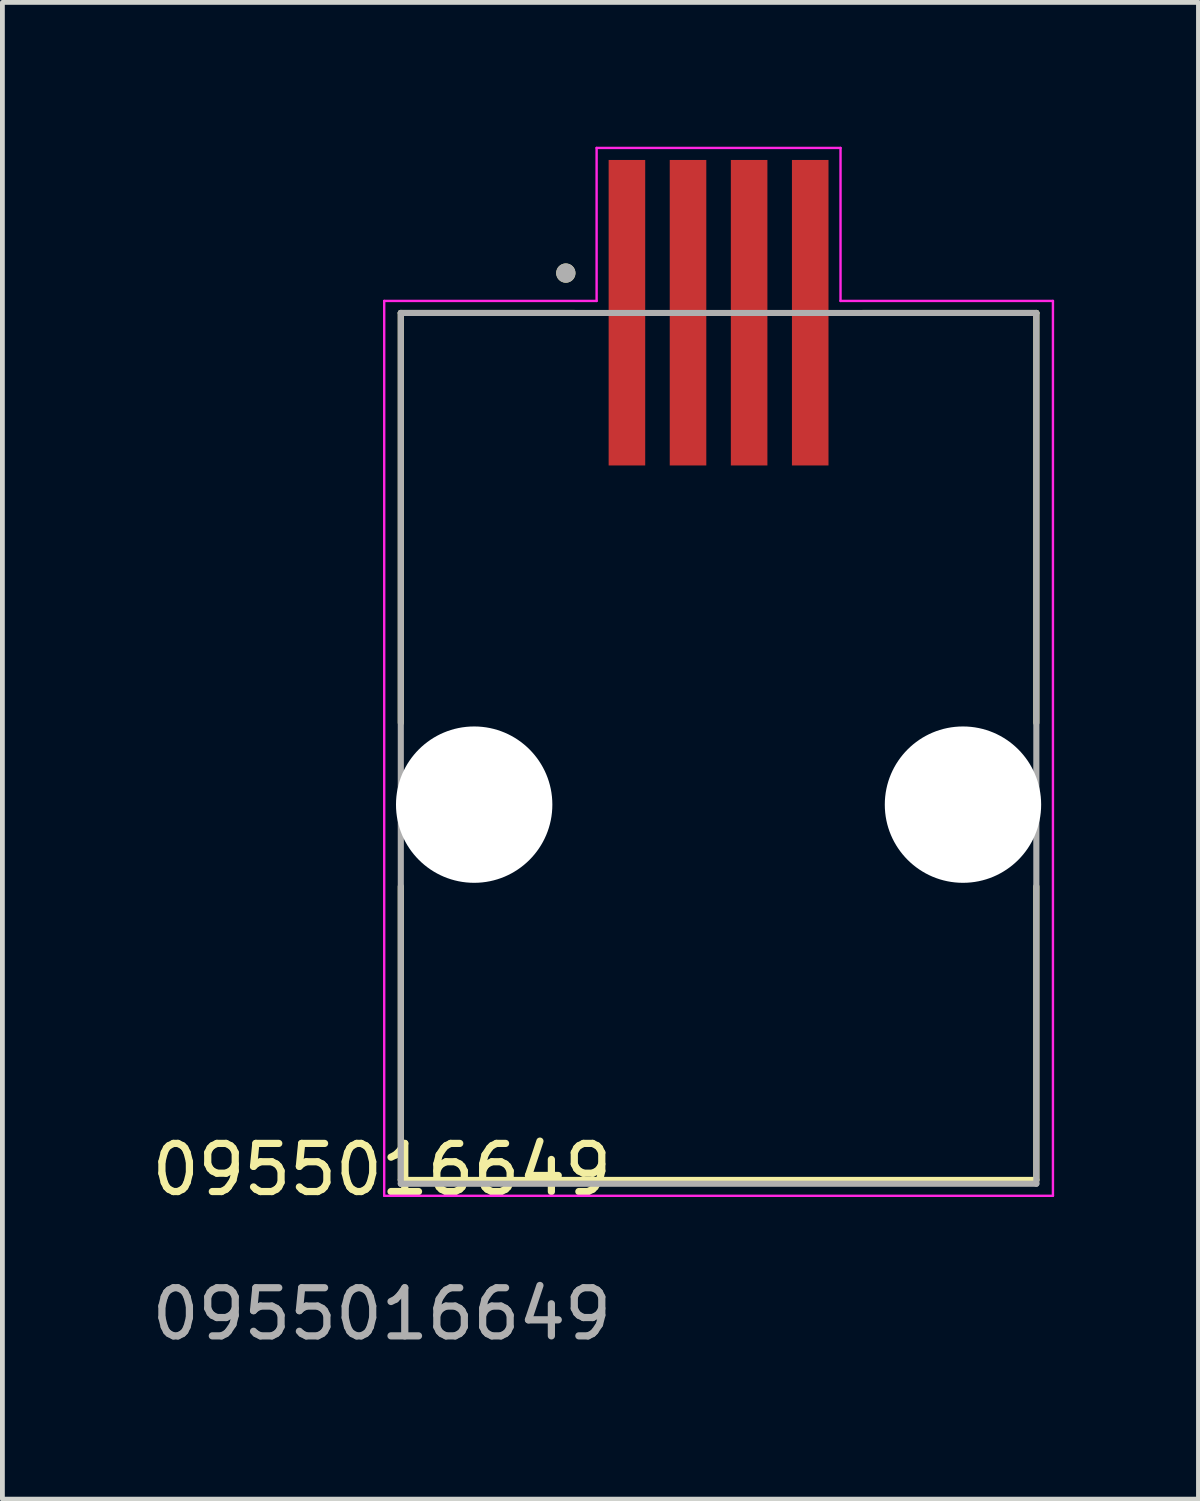
<source format=kicad_pcb>
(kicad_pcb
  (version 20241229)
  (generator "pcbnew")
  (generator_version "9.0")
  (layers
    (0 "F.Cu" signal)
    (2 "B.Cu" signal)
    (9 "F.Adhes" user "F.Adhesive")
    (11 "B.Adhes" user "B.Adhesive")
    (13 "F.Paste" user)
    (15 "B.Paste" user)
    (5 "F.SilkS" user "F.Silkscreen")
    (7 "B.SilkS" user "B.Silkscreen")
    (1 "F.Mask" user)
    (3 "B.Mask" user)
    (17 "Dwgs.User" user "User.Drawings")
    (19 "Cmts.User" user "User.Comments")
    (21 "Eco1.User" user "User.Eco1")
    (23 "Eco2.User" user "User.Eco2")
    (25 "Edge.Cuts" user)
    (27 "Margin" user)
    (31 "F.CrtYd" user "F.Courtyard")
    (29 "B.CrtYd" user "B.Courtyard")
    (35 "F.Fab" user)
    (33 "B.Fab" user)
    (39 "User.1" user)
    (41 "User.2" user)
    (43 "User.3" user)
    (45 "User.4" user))
  (footprint "0955016649"
    (layer "F.Cu")
    (at 4.887 21.762)
    (property "Reference" "0955016649" (at 0 -0.5 0) (unlocked yes) (layer "F.SilkS") (effects (font (size 1 1) (thickness 0.15))))
    (attr smd)
    (fp_line (start 0.394 -18.307) (end 0.394 -9.787) (stroke (width 0.127) (type solid)) (layer "F.SilkS"))
    (fp_line (start 0.394 -18.307) (end 3.999 -18.307) (stroke (width 0.127) (type solid)) (layer "F.SilkS"))
    (fp_line (start 0.394 -6.387) (end 0.394 -0.287) (stroke (width 0.127) (type solid)) (layer "F.SilkS"))
    (fp_line (start 9.999 -18.307) (end 13.604 -18.307) (stroke (width 0.127) (type solid)) (layer "F.SilkS"))
    (fp_line (start 13.604 -18.307) (end 13.604 -9.787) (stroke (width 0.127) (type solid)) (layer "F.SilkS"))
    (fp_line (start 13.604 -0.287) (end 0.394 -0.287) (stroke (width 0.127) (type solid)) (layer "F.SilkS"))
    (fp_line (start 13.604 -0.287) (end 13.604 -6.387) (stroke (width 0.127) (type solid)) (layer "F.SilkS"))
    (fp_circle (center 3.824 -19.136) (end 3.924 -19.136) (stroke (width 0.2) (type solid)) (fill no) (layer "F.SilkS"))
    (fp_line (start 0.049 -18.557) (end 4.464 -18.557) (stroke (width 0.05) (type solid)) (layer "F.CrtYd"))
    (fp_line (start 0.049 0.043) (end 0.049 -18.557) (stroke (width 0.05) (type solid)) (layer "F.CrtYd"))
    (fp_line (start 0.049 0.043) (end 13.949 0.043) (stroke (width 0.05) (type solid)) (layer "F.CrtYd"))
    (fp_line (start 4.464 -21.737) (end 9.534 -21.737) (stroke (width 0.05) (type solid)) (layer "F.CrtYd"))
    (fp_line (start 4.464 -18.557) (end 4.464 -21.737) (stroke (width 0.05) (type solid)) (layer "F.CrtYd"))
    (fp_line (start 9.534 -21.737) (end 9.534 -18.557) (stroke (width 0.05) (type solid)) (layer "F.CrtYd"))
    (fp_line (start 13.949 -18.557) (end 9.534 -18.557) (stroke (width 0.05) (type solid)) (layer "F.CrtYd"))
    (fp_line (start 13.949 0.043) (end 13.949 -18.557) (stroke (width 0.05) (type solid)) (layer "F.CrtYd"))
    (fp_line (start 0.394 -18.307) (end 13.604 -18.307) (stroke (width 0.127) (type solid)) (layer "F.Fab"))
    (fp_line (start 0.394 -0.207) (end 0.394 -18.307) (stroke (width 0.127) (type solid)) (layer "F.Fab"))
    (fp_line (start 13.604 -18.307) (end 13.604 -0.207) (stroke (width 0.127) (type solid)) (layer "F.Fab"))
    (fp_line (start 13.604 -0.207) (end 0.394 -0.207) (stroke (width 0.127) (type solid)) (layer "F.Fab"))
    (fp_circle (center 3.824 -19.136) (end 3.924 -19.136) (stroke (width 0.2) (type solid)) (fill no) (layer "F.Fab"))
    (fp_text user "${REFERENCE}" (at 0 2.5 0) (unlocked yes) (layer "F.Fab") (effects (font (size 1 1) (thickness 0.15))))
    (pad "" np_thru_hole circle (at 1.919 -8.087) (size 3.25 3.25) (drill 3.25) (layers "*.Cu" "*.Mask"))
    (pad "" np_thru_hole circle (at 12.079 -8.087) (size 3.25 3.25) (drill 3.25) (layers "*.Cu" "*.Mask"))
    (pad "1" smd rect (at 5.094 -18.312) (size 0.76 6.35) (layers "F.Cu" "F.Mask" "F.Paste"))
    (pad "2" smd rect (at 6.364 -18.312) (size 0.76 6.35) (layers "F.Cu" "F.Mask" "F.Paste"))
    (pad "3" smd rect (at 7.634 -18.312) (size 0.76 6.35) (layers "F.Cu" "F.Mask" "F.Paste"))
    (pad "4" smd rect (at 8.904 -18.312) (size 0.76 6.35) (layers "F.Cu" "F.Mask" "F.Paste")))
  (gr_rect
    (start -3 -3)
    (end 21.861 28.11)
    (stroke (width 0.1) (type default))
    (fill no)
    (layer "Edge.Cuts")))
</source>
